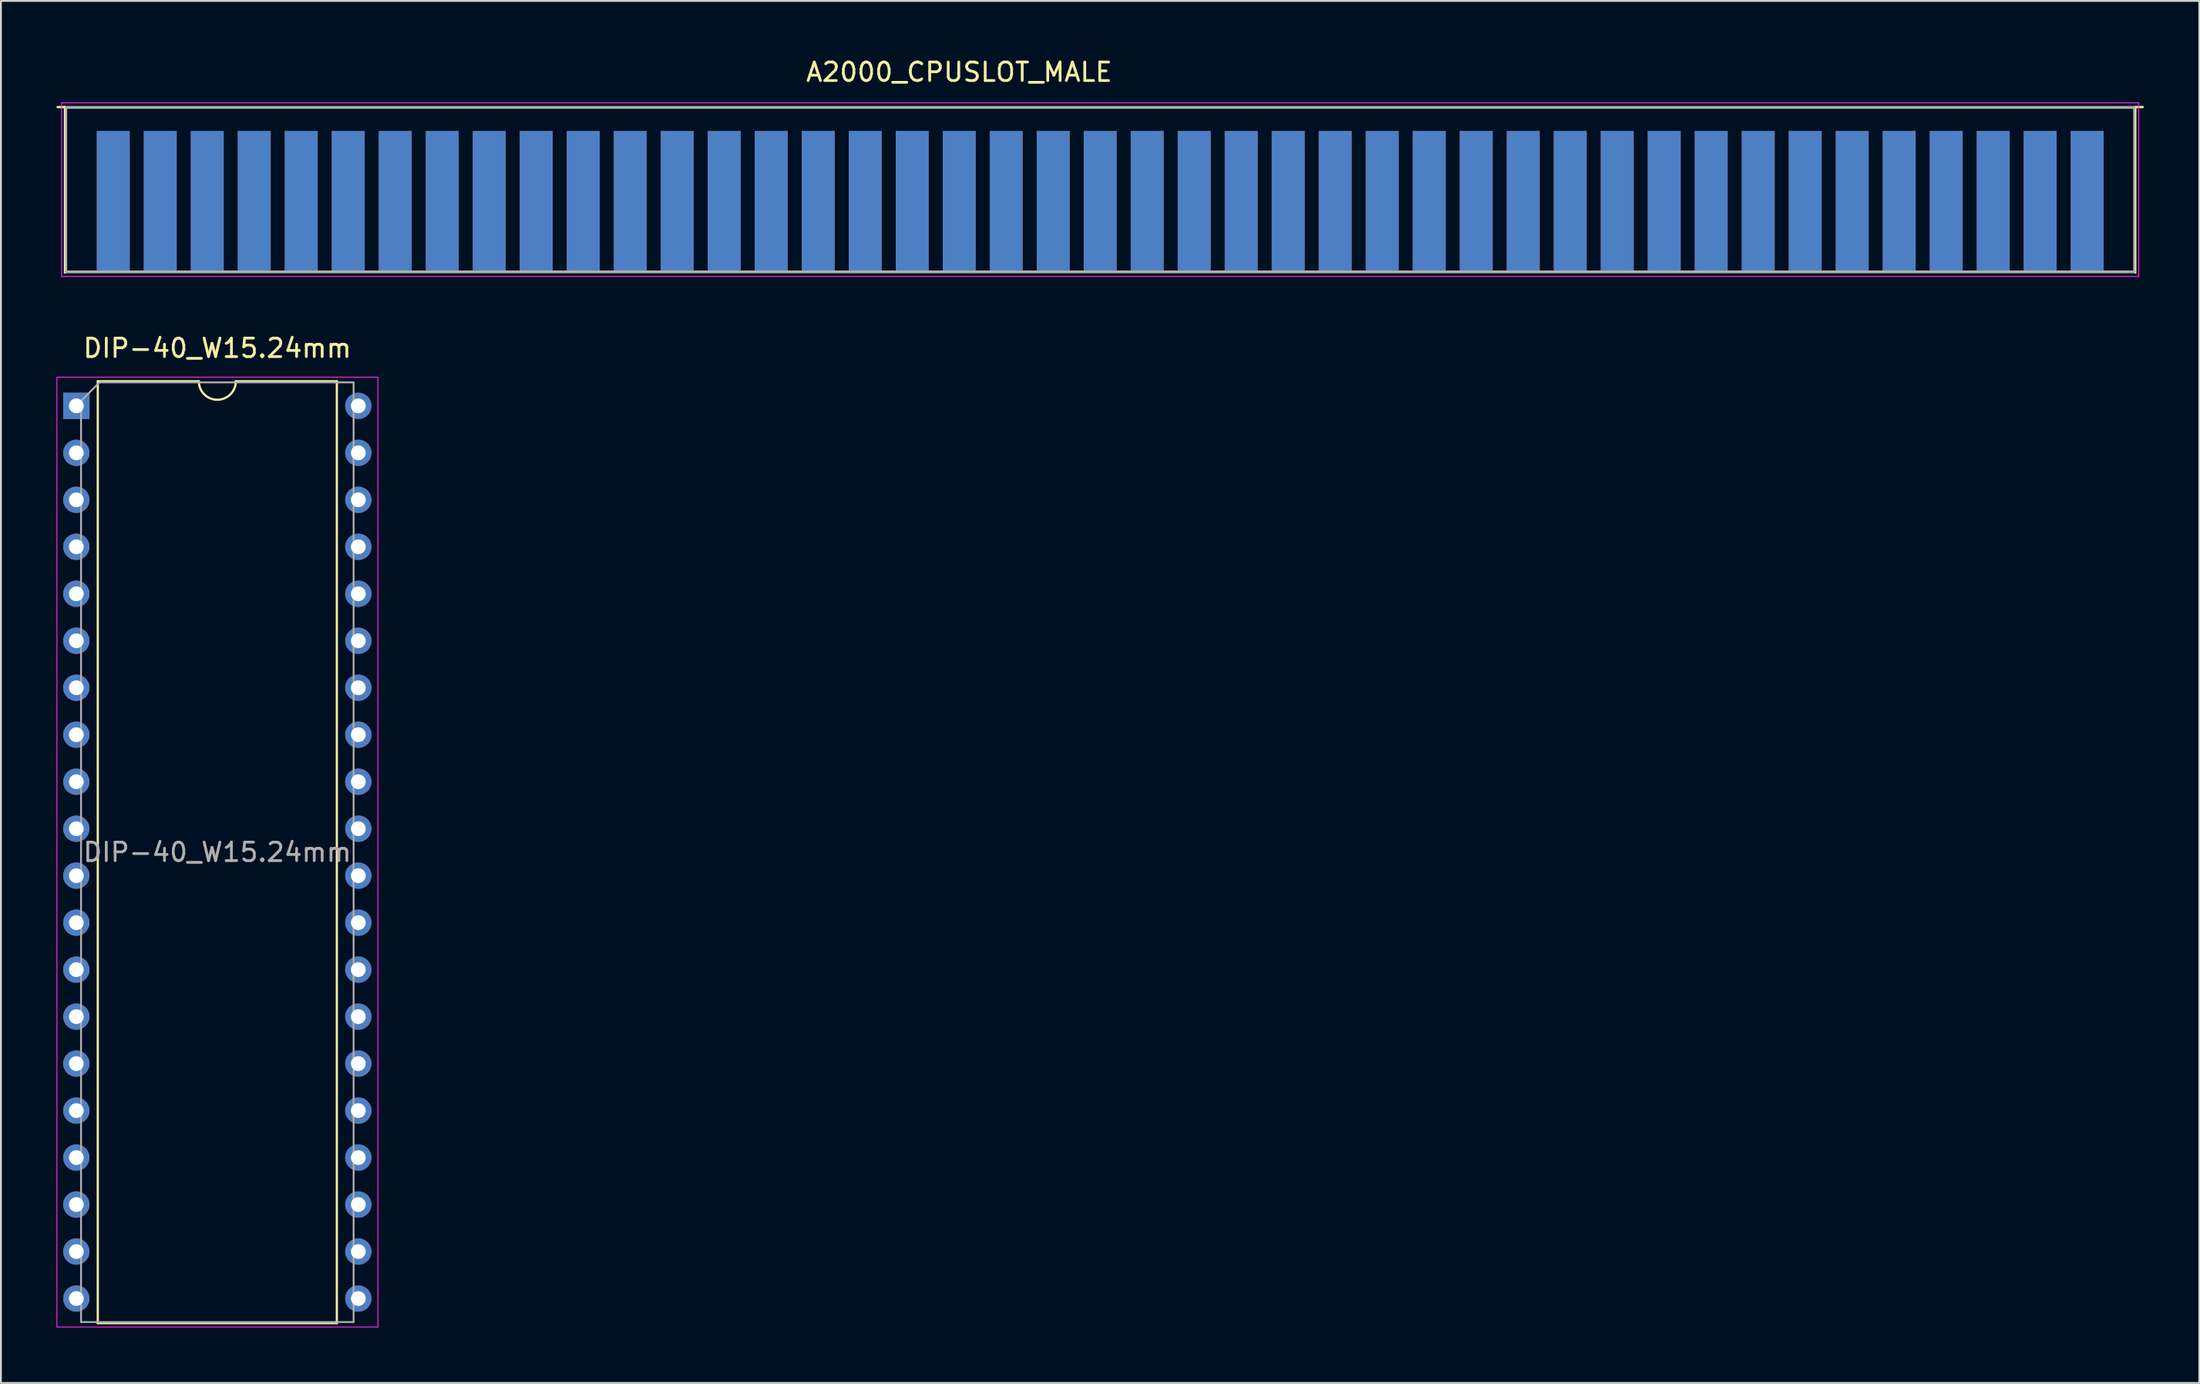
<source format=kicad_pcb>
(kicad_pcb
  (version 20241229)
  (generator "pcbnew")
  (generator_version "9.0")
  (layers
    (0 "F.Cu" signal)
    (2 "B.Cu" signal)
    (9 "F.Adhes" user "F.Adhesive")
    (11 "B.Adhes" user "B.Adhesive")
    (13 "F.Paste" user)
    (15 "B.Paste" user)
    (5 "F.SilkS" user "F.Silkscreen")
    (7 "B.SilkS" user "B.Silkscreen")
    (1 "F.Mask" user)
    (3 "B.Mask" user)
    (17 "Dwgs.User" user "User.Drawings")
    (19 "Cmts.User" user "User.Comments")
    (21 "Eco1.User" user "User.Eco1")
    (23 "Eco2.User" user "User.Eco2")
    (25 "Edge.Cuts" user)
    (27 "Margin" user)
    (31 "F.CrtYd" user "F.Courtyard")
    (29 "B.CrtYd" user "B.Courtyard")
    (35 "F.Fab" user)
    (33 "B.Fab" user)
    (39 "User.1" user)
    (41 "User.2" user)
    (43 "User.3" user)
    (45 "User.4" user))
  (footprint "A2000_CPUSLOT_MALE"
    (layer "F.Cu")
    (at 109.75 7.838)
    (property "Reference" "A2000_CPUSLOT_MALE" (at -60.96 -6.99 0) (layer "F.SilkS") (effects (font (size 1 1) (thickness 0.15))))
    (attr through_hole)
    (fp_line (start -109.29 -5.1) (end -109.69 -5.1) (stroke (width 0.12) (type solid)) (layer "F.SilkS"))
    (fp_line (start -109.29 3.85) (end -109.29 -5.1) (stroke (width 0.12) (type solid)) (layer "F.SilkS"))
    (fp_line (start 2.6 -5.1) (end 3 -5.1) (stroke (width 0.12) (type solid)) (layer "F.SilkS"))
    (fp_line (start 2.6 3.85) (end 2.6 -5.1) (stroke (width 0.12) (type solid)) (layer "F.SilkS"))
    (fp_line (start -109.47 -5.33) (end -109.47 4.06) (stroke (width 0.05) (type solid)) (layer "F.CrtYd"))
    (fp_line (start -109.47 -5.33) (end 2.79 -5.33) (stroke (width 0.05) (type solid)) (layer "F.CrtYd"))
    (fp_line (start 2.79 4.06) (end -109.47 4.06) (stroke (width 0.05) (type solid)) (layer "F.CrtYd"))
    (fp_line (start 2.79 4.06) (end 2.79 -5.33) (stroke (width 0.05) (type solid)) (layer "F.CrtYd"))
    (fp_line (start -109.22 3.81) (end -109.22 -5.08) (stroke (width 0.1) (type solid)) (layer "F.Fab"))
    (fp_line (start 2.54 -5.08) (end -109.22 -5.08) (stroke (width 0.15) (type solid)) (layer "F.Fab"))
    (fp_line (start 2.54 -5.08) (end 2.54 3.81) (stroke (width 0.1) (type solid)) (layer "F.Fab"))
    (fp_line (start 2.54 3.81) (end -109.22 3.81) (stroke (width 0.15) (type solid)) (layer "F.Fab"))
    (pad "1" connect rect (at 0 0) (size 1.78 7.62) (layers "B.Cu" "B.Mask"))
    (pad "2" connect rect (at 0 0) (size 1.78 7.62) (layers "F.Cu" "F.Mask"))
    (pad "3" connect rect (at -2.54 0) (size 1.78 7.62) (layers "B.Cu" "B.Mask"))
    (pad "4" connect rect (at -2.54 0) (size 1.78 7.62) (layers "F.Cu" "F.Mask"))
    (pad "5" connect rect (at -5.08 0) (size 1.78 7.62) (layers "B.Cu" "B.Mask"))
    (pad "6" connect rect (at -5.08 0) (size 1.78 7.62) (layers "F.Cu" "F.Mask"))
    (pad "7" connect rect (at -7.62 0) (size 1.78 7.62) (layers "B.Cu" "B.Mask"))
    (pad "8" connect rect (at -7.62 0) (size 1.78 7.62) (layers "F.Cu" "F.Mask"))
    (pad "9" connect rect (at -10.16 0) (size 1.78 7.62) (layers "B.Cu" "B.Mask"))
    (pad "10" connect rect (at -10.16 0) (size 1.78 7.62) (layers "F.Cu" "F.Mask"))
    (pad "11" connect rect (at -12.7 0) (size 1.78 7.62) (layers "B.Cu" "B.Mask"))
    (pad "12" connect rect (at -12.7 0) (size 1.78 7.62) (layers "F.Cu" "F.Mask"))
    (pad "13" connect rect (at -15.24 0) (size 1.78 7.62) (layers "B.Cu" "B.Mask"))
    (pad "14" connect rect (at -15.24 0) (size 1.78 7.62) (layers "F.Cu" "F.Mask"))
    (pad "15" connect rect (at -17.78 0) (size 1.78 7.62) (layers "B.Cu" "B.Mask"))
    (pad "16" connect rect (at -17.78 0) (size 1.78 7.62) (layers "F.Cu" "F.Mask"))
    (pad "17" connect rect (at -20.32 0) (size 1.78 7.62) (layers "B.Cu" "B.Mask"))
    (pad "18" connect rect (at -20.32 0) (size 1.78 7.62) (layers "F.Cu" "F.Mask"))
    (pad "19" connect rect (at -22.86 0) (size 1.78 7.62) (layers "B.Cu" "B.Mask"))
    (pad "20" connect rect (at -22.86 0) (size 1.78 7.62) (layers "F.Cu" "F.Mask"))
    (pad "21" connect rect (at -25.4 0) (size 1.78 7.62) (layers "B.Cu" "B.Mask"))
    (pad "22" connect rect (at -25.4 0) (size 1.78 7.62) (layers "F.Cu" "F.Mask"))
    (pad "23" connect rect (at -27.94 0) (size 1.78 7.62) (layers "B.Cu" "B.Mask"))
    (pad "24" connect rect (at -27.94 0) (size 1.78 7.62) (layers "F.Cu" "F.Mask"))
    (pad "25" connect rect (at -30.48 0) (size 1.78 7.62) (layers "B.Cu" "B.Mask"))
    (pad "26" connect rect (at -30.48 0) (size 1.78 7.62) (layers "F.Cu" "F.Mask"))
    (pad "27" connect rect (at -33.02 0) (size 1.78 7.62) (layers "B.Cu" "B.Mask"))
    (pad "28" connect rect (at -33.02 0) (size 1.78 7.62) (layers "F.Cu" "F.Mask"))
    (pad "29" connect rect (at -35.56 0) (size 1.78 7.62) (layers "B.Cu" "B.Mask"))
    (pad "30" connect rect (at -35.56 0) (size 1.78 7.62) (layers "F.Cu" "F.Mask"))
    (pad "31" connect rect (at -38.1 0) (size 1.78 7.62) (layers "B.Cu" "B.Mask"))
    (pad "32" connect rect (at -38.1 0) (size 1.78 7.62) (layers "F.Cu" "F.Mask"))
    (pad "33" connect rect (at -40.64 0) (size 1.78 7.62) (layers "B.Cu" "B.Mask"))
    (pad "34" connect rect (at -40.64 0) (size 1.78 7.62) (layers "F.Cu" "F.Mask"))
    (pad "35" connect rect (at -43.18 0) (size 1.78 7.62) (layers "B.Cu" "B.Mask"))
    (pad "36" connect rect (at -43.18 0) (size 1.78 7.62) (layers "F.Cu" "F.Mask"))
    (pad "37" connect rect (at -45.72 0) (size 1.78 7.62) (layers "B.Cu" "B.Mask"))
    (pad "38" connect rect (at -45.72 0) (size 1.78 7.62) (layers "F.Cu" "F.Mask"))
    (pad "39" connect rect (at -48.26 0) (size 1.78 7.62) (layers "B.Cu" "B.Mask"))
    (pad "40" connect rect (at -48.26 0) (size 1.78 7.62) (layers "F.Cu" "F.Mask"))
    (pad "41" connect rect (at -50.8 0) (size 1.78 7.62) (layers "B.Cu" "B.Mask"))
    (pad "42" connect rect (at -50.8 0) (size 1.78 7.62) (layers "F.Cu" "F.Mask"))
    (pad "43" connect rect (at -53.34 0) (size 1.78 7.62) (layers "B.Cu" "B.Mask"))
    (pad "44" connect rect (at -53.34 0) (size 1.78 7.62) (layers "F.Cu" "F.Mask"))
    (pad "45" connect rect (at -55.88 0) (size 1.78 7.62) (layers "B.Cu" "B.Mask"))
    (pad "46" connect rect (at -55.88 0) (size 1.78 7.62) (layers "F.Cu" "F.Mask"))
    (pad "47" connect rect (at -58.42 0) (size 1.78 7.62) (layers "B.Cu" "B.Mask"))
    (pad "48" connect rect (at -58.42 0) (size 1.78 7.62) (layers "F.Cu" "F.Mask"))
    (pad "49" connect rect (at -60.96 0) (size 1.78 7.62) (layers "B.Cu" "B.Mask"))
    (pad "50" connect rect (at -60.96 0) (size 1.78 7.62) (layers "F.Cu" "F.Mask"))
    (pad "51" connect rect (at -63.5 0) (size 1.78 7.62) (layers "B.Cu" "B.Mask"))
    (pad "52" connect rect (at -63.5 0) (size 1.78 7.62) (layers "F.Cu" "F.Mask"))
    (pad "53" connect rect (at -66.04 0) (size 1.78 7.62) (layers "B.Cu" "B.Mask"))
    (pad "54" connect rect (at -66.04 0) (size 1.78 7.62) (layers "F.Cu" "F.Mask"))
    (pad "55" connect rect (at -68.58 0) (size 1.78 7.62) (layers "B.Cu" "B.Mask"))
    (pad "56" connect rect (at -68.58 0) (size 1.78 7.62) (layers "F.Cu" "F.Mask"))
    (pad "57" connect rect (at -71.12 0) (size 1.78 7.62) (layers "B.Cu" "B.Mask"))
    (pad "58" connect rect (at -71.12 0) (size 1.78 7.62) (layers "F.Cu" "F.Mask"))
    (pad "59" connect rect (at -73.66 0) (size 1.78 7.62) (layers "B.Cu" "B.Mask"))
    (pad "60" connect rect (at -73.66 0) (size 1.78 7.62) (layers "F.Cu" "F.Mask"))
    (pad "61" connect rect (at -76.2 0) (size 1.78 7.62) (layers "B.Cu" "B.Mask"))
    (pad "62" connect rect (at -76.2 0) (size 1.78 7.62) (layers "F.Cu" "F.Mask"))
    (pad "63" connect rect (at -78.74 0) (size 1.78 7.62) (layers "B.Cu" "B.Mask"))
    (pad "64" connect rect (at -78.74 0) (size 1.78 7.62) (layers "F.Cu" "F.Mask"))
    (pad "65" connect rect (at -81.28 0) (size 1.78 7.62) (layers "B.Cu" "B.Mask"))
    (pad "66" connect rect (at -81.28 0) (size 1.78 7.62) (layers "F.Cu" "F.Mask"))
    (pad "67" connect rect (at -83.82 0) (size 1.78 7.62) (layers "B.Cu" "B.Mask"))
    (pad "68" connect rect (at -83.82 0) (size 1.78 7.62) (layers "F.Cu" "F.Mask"))
    (pad "69" connect rect (at -86.36 0) (size 1.78 7.62) (layers "B.Cu" "B.Mask"))
    (pad "70" connect rect (at -86.36 0) (size 1.78 7.62) (layers "F.Cu" "F.Mask"))
    (pad "71" connect rect (at -88.9 0) (size 1.78 7.62) (layers "B.Cu" "B.Mask"))
    (pad "72" connect rect (at -88.9 0) (size 1.78 7.62) (layers "F.Cu" "F.Mask"))
    (pad "73" connect rect (at -91.44 0) (size 1.78 7.62) (layers "B.Cu" "B.Mask"))
    (pad "74" connect rect (at -91.44 0) (size 1.78 7.62) (layers "F.Cu" "F.Mask"))
    (pad "75" connect rect (at -93.98 0) (size 1.78 7.62) (layers "B.Cu" "B.Mask"))
    (pad "76" connect rect (at -93.98 0) (size 1.78 7.62) (layers "F.Cu" "F.Mask"))
    (pad "77" connect rect (at -96.52 0) (size 1.78 7.62) (layers "B.Cu" "B.Mask"))
    (pad "78" connect rect (at -96.52 0) (size 1.78 7.62) (layers "F.Cu" "F.Mask"))
    (pad "79" connect rect (at -99.06 0) (size 1.78 7.62) (layers "B.Cu" "B.Mask"))
    (pad "80" connect rect (at -99.06 0) (size 1.78 7.62) (layers "F.Cu" "F.Mask"))
    (pad "81" connect rect (at -101.6 0) (size 1.78 7.62) (layers "B.Cu" "B.Mask"))
    (pad "82" connect rect (at -101.6 0) (size 1.78 7.62) (layers "F.Cu" "F.Mask"))
    (pad "83" connect rect (at -104.14 0) (size 1.78 7.62) (layers "B.Cu" "B.Mask"))
    (pad "84" connect rect (at -104.14 0) (size 1.78 7.62) (layers "F.Cu" "F.Mask"))
    (pad "85" connect rect (at -106.68 0) (size 1.78 7.62) (layers "B.Cu" "B.Mask"))
    (pad "86" connect rect (at -106.68 0) (size 1.78 7.62) (layers "F.Cu" "F.Mask")))
  (footprint "DIP-40_W15.24mm"
    (layer "F.Cu")
    (at 1.075 18.891)
    (property "Reference" "DIP-40_W15.24mm" (at 7.62 -3.119 0) (layer "F.SilkS") (effects (font (size 1 1) (thickness 0.15))))
    (attr through_hole)
    (fp_line (start 1.16 -1.33) (end 1.16 49.59) (stroke (width 0.12) (type solid)) (layer "F.SilkS"))
    (fp_line (start 1.16 49.59) (end 14.08 49.59) (stroke (width 0.12) (type solid)) (layer "F.SilkS"))
    (fp_line (start 6.62 -1.33) (end 1.16 -1.33) (stroke (width 0.12) (type solid)) (layer "F.SilkS"))
    (fp_line (start 14.08 -1.33) (end 8.62 -1.33) (stroke (width 0.12) (type solid)) (layer "F.SilkS"))
    (fp_line (start 14.08 49.59) (end 14.08 -1.33) (stroke (width 0.12) (type solid)) (layer "F.SilkS"))
    (fp_arc (start 8.62 -1.33) (mid 7.62 -0.33) (end 6.62 -1.33) (stroke (width 0.12) (type solid)) (layer "F.SilkS"))
    (fp_line (start -1.05 -1.55) (end -1.05 49.8) (stroke (width 0.05) (type solid)) (layer "F.CrtYd"))
    (fp_line (start -1.05 49.8) (end 16.3 49.8) (stroke (width 0.05) (type solid)) (layer "F.CrtYd"))
    (fp_line (start 16.3 -1.55) (end -1.05 -1.55) (stroke (width 0.05) (type solid)) (layer "F.CrtYd"))
    (fp_line (start 16.3 49.8) (end 16.3 -1.55) (stroke (width 0.05) (type solid)) (layer "F.CrtYd"))
    (fp_line (start 0.255 -0.27) (end 1.255 -1.27) (stroke (width 0.1) (type solid)) (layer "F.Fab"))
    (fp_line (start 0.255 49.53) (end 0.255 -0.27) (stroke (width 0.1) (type solid)) (layer "F.Fab"))
    (fp_line (start 1.255 -1.27) (end 14.985 -1.27) (stroke (width 0.1) (type solid)) (layer "F.Fab"))
    (fp_line (start 14.985 -1.27) (end 14.985 49.53) (stroke (width 0.1) (type solid)) (layer "F.Fab"))
    (fp_line (start 14.985 49.53) (end 0.255 49.53) (stroke (width 0.1) (type solid)) (layer "F.Fab"))
    (fp_text user "${REFERENCE}" (at 7.62 24.13 0) (layer "F.Fab") (effects (font (size 1 1) (thickness 0.15))))
    (pad "1" thru_hole rect (at 0 0) (size 1.422 1.422) (drill 0.8) (layers "*.Cu" "*.Mask"))
    (pad "2" thru_hole circle (at 0 2.54) (size 1.422 1.422) (drill 0.8) (layers "*.Cu" "*.Mask"))
    (pad "3" thru_hole circle (at 0 5.08) (size 1.422 1.422) (drill 0.8) (layers "*.Cu" "*.Mask"))
    (pad "4" thru_hole circle (at 0 7.62) (size 1.422 1.422) (drill 0.8) (layers "*.Cu" "*.Mask"))
    (pad "5" thru_hole circle (at 0 10.16) (size 1.422 1.422) (drill 0.8) (layers "*.Cu" "*.Mask"))
    (pad "6" thru_hole circle (at 0 12.7) (size 1.422 1.422) (drill 0.8) (layers "*.Cu" "*.Mask"))
    (pad "7" thru_hole circle (at 0 15.24) (size 1.422 1.422) (drill 0.8) (layers "*.Cu" "*.Mask"))
    (pad "8" thru_hole circle (at 0 17.78) (size 1.422 1.422) (drill 0.8) (layers "*.Cu" "*.Mask"))
    (pad "9" thru_hole circle (at 0 20.32) (size 1.422 1.422) (drill 0.8) (layers "*.Cu" "*.Mask"))
    (pad "10" thru_hole circle (at 0 22.86) (size 1.422 1.422) (drill 0.8) (layers "*.Cu" "*.Mask"))
    (pad "11" thru_hole circle (at 0 25.4) (size 1.422 1.422) (drill 0.8) (layers "*.Cu" "*.Mask"))
    (pad "12" thru_hole circle (at 0 27.94) (size 1.422 1.422) (drill 0.8) (layers "*.Cu" "*.Mask"))
    (pad "13" thru_hole circle (at 0 30.48) (size 1.422 1.422) (drill 0.8) (layers "*.Cu" "*.Mask"))
    (pad "14" thru_hole circle (at 0 33.02) (size 1.422 1.422) (drill 0.8) (layers "*.Cu" "*.Mask"))
    (pad "15" thru_hole circle (at 0 35.56) (size 1.422 1.422) (drill 0.8) (layers "*.Cu" "*.Mask"))
    (pad "16" thru_hole circle (at 0 38.1) (size 1.422 1.422) (drill 0.8) (layers "*.Cu" "*.Mask"))
    (pad "17" thru_hole circle (at 0 40.64) (size 1.422 1.422) (drill 0.8) (layers "*.Cu" "*.Mask"))
    (pad "18" thru_hole circle (at 0 43.18) (size 1.422 1.422) (drill 0.8) (layers "*.Cu" "*.Mask"))
    (pad "19" thru_hole circle (at 0 45.72) (size 1.422 1.422) (drill 0.8) (layers "*.Cu" "*.Mask"))
    (pad "20" thru_hole circle (at 0 48.26) (size 1.422 1.422) (drill 0.8) (layers "*.Cu" "*.Mask"))
    (pad "21" thru_hole circle (at 15.24 48.26) (size 1.422 1.422) (drill 0.8) (layers "*.Cu" "*.Mask"))
    (pad "22" thru_hole circle (at 15.24 45.72) (size 1.422 1.422) (drill 0.8) (layers "*.Cu" "*.Mask"))
    (pad "23" thru_hole circle (at 15.24 43.18) (size 1.422 1.422) (drill 0.8) (layers "*.Cu" "*.Mask"))
    (pad "24" thru_hole circle (at 15.24 40.64) (size 1.422 1.422) (drill 0.8) (layers "*.Cu" "*.Mask"))
    (pad "25" thru_hole circle (at 15.24 38.1) (size 1.422 1.422) (drill 0.8) (layers "*.Cu" "*.Mask"))
    (pad "26" thru_hole circle (at 15.24 35.56) (size 1.422 1.422) (drill 0.8) (layers "*.Cu" "*.Mask"))
    (pad "27" thru_hole circle (at 15.24 33.02) (size 1.422 1.422) (drill 0.8) (layers "*.Cu" "*.Mask"))
    (pad "28" thru_hole circle (at 15.24 30.48) (size 1.422 1.422) (drill 0.8) (layers "*.Cu" "*.Mask"))
    (pad "29" thru_hole circle (at 15.24 27.94) (size 1.422 1.422) (drill 0.8) (layers "*.Cu" "*.Mask"))
    (pad "30" thru_hole circle (at 15.24 25.4) (size 1.422 1.422) (drill 0.8) (layers "*.Cu" "*.Mask"))
    (pad "31" thru_hole circle (at 15.24 22.86) (size 1.422 1.422) (drill 0.8) (layers "*.Cu" "*.Mask"))
    (pad "32" thru_hole circle (at 15.24 20.32) (size 1.422 1.422) (drill 0.8) (layers "*.Cu" "*.Mask"))
    (pad "33" thru_hole circle (at 15.24 17.78) (size 1.422 1.422) (drill 0.8) (layers "*.Cu" "*.Mask"))
    (pad "34" thru_hole circle (at 15.24 15.24) (size 1.422 1.422) (drill 0.8) (layers "*.Cu" "*.Mask"))
    (pad "35" thru_hole circle (at 15.24 12.7) (size 1.422 1.422) (drill 0.8) (layers "*.Cu" "*.Mask"))
    (pad "36" thru_hole circle (at 15.24 10.16) (size 1.422 1.422) (drill 0.8) (layers "*.Cu" "*.Mask"))
    (pad "37" thru_hole circle (at 15.24 7.62) (size 1.422 1.422) (drill 0.8) (layers "*.Cu" "*.Mask"))
    (pad "38" thru_hole circle (at 15.24 5.08) (size 1.422 1.422) (drill 0.8) (layers "*.Cu" "*.Mask"))
    (pad "39" thru_hole circle (at 15.24 2.54) (size 1.422 1.422) (drill 0.8) (layers "*.Cu" "*.Mask"))
    (pad "40" thru_hole circle (at 15.24 0) (size 1.422 1.422) (drill 0.8) (layers "*.Cu" "*.Mask")))
  (gr_rect
    (start -3 -3)
    (end 115.81 71.716)
    (stroke (width 0.1) (type default))
    (fill no)
    (layer "Edge.Cuts")))
</source>
